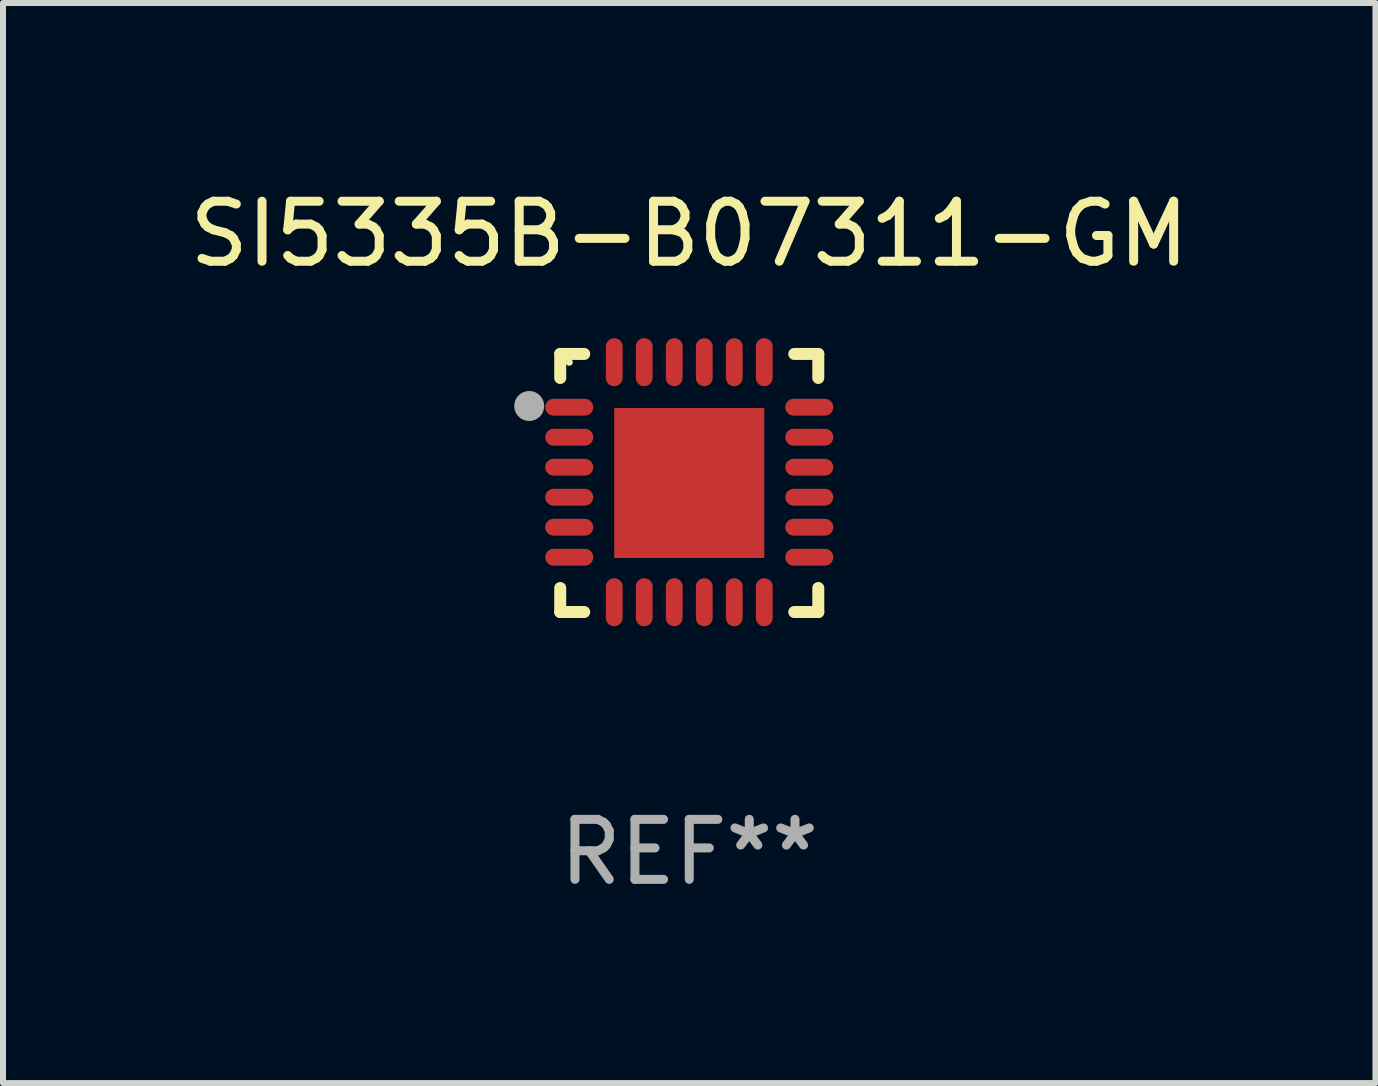
<source format=kicad_pcb>
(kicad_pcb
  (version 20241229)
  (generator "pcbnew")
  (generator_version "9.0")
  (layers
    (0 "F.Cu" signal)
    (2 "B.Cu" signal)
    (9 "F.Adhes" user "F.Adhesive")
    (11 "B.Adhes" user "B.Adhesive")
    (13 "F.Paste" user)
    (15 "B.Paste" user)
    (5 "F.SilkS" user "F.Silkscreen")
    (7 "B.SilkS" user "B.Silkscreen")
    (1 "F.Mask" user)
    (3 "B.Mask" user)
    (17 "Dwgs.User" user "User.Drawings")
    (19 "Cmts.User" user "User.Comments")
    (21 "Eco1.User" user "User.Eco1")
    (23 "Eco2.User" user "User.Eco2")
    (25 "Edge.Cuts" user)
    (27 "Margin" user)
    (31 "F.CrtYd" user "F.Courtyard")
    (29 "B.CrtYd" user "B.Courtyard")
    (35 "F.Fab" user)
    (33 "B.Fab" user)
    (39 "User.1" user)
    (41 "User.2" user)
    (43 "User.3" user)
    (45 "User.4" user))
  (footprint "SI5335B-B07311-GM"
    (layer "F.Cu")
    (at 8.435 4.998)
    (property "Reference" "SI5335B-B07311-GM" (at 0 -4.15 0) (layer "F.SilkS") (effects (font (size 1 1) (thickness 0.15))))
    (attr through_hole)
    (fp_line (start -2.15 -2.15) (end -1.75 -2.15) (stroke (width 0.2) (type solid)) (layer "F.SilkS"))
    (fp_line (start -2.15 -1.75) (end -2.15 -2.15) (stroke (width 0.2) (type solid)) (layer "F.SilkS"))
    (fp_line (start -2.15 2.15) (end -2.15 1.75) (stroke (width 0.2) (type solid)) (layer "F.SilkS"))
    (fp_line (start -1.75 2.15) (end -2.15 2.15) (stroke (width 0.2) (type solid)) (layer "F.SilkS"))
    (fp_line (start 1.75 -2.15) (end 2.15 -2.15) (stroke (width 0.2) (type solid)) (layer "F.SilkS"))
    (fp_line (start 1.75 2.15) (end 2.15 2.15) (stroke (width 0.2) (type solid)) (layer "F.SilkS"))
    (fp_line (start 2.15 -2.15) (end 2.15 -1.75) (stroke (width 0.2) (type solid)) (layer "F.SilkS"))
    (fp_line (start 2.15 2.15) (end 2.15 1.75) (stroke (width 0.2) (type solid)) (layer "F.SilkS"))
    (fp_circle (center -2 -2.013) (end -1.97 -2.013) (stroke (width 0.06) (type solid)) (fill no) (layer "F.SilkS"))
    (fp_circle (center -2.667 -1.283) (end -2.542 -1.283) (stroke (width 0.25) (type solid)) (fill no) (layer "F.Fab"))
    (fp_text user "REF**" (at 0 6.15 0) (layer "F.Fab") (effects (font (size 1 1) (thickness 0.15))))
    (pad "1" smd oval (at -2 -1.263) (size 0.8 0.28) (layers "F.Cu" "F.Mask" "F.Paste"))
    (pad "2" smd oval (at -2 -0.763) (size 0.8 0.28) (layers "F.Cu" "F.Mask" "F.Paste"))
    (pad "3" smd oval (at -2 -0.263) (size 0.8 0.28) (layers "F.Cu" "F.Mask" "F.Paste"))
    (pad "4" smd oval (at -2 0.237) (size 0.8 0.28) (layers "F.Cu" "F.Mask" "F.Paste"))
    (pad "5" smd oval (at -2 0.737) (size 0.8 0.28) (layers "F.Cu" "F.Mask" "F.Paste"))
    (pad "6" smd oval (at -2 1.237) (size 0.8 0.28) (layers "F.Cu" "F.Mask" "F.Paste"))
    (pad "7" smd oval (at -1.25 1.987) (size 0.28 0.8) (layers "F.Cu" "F.Mask" "F.Paste"))
    (pad "8" smd oval (at -0.75 1.987) (size 0.28 0.8) (layers "F.Cu" "F.Mask" "F.Paste"))
    (pad "9" smd oval (at -0.25 1.987) (size 0.28 0.8) (layers "F.Cu" "F.Mask" "F.Paste"))
    (pad "10" smd oval (at 0.25 1.987) (size 0.28 0.8) (layers "F.Cu" "F.Mask" "F.Paste"))
    (pad "11" smd oval (at 0.75 1.987) (size 0.28 0.8) (layers "F.Cu" "F.Mask" "F.Paste"))
    (pad "12" smd oval (at 1.25 1.987) (size 0.28 0.8) (layers "F.Cu" "F.Mask" "F.Paste"))
    (pad "13" smd oval (at 2 1.237) (size 0.8 0.28) (layers "F.Cu" "F.Mask" "F.Paste"))
    (pad "14" smd oval (at 2 0.737) (size 0.8 0.28) (layers "F.Cu" "F.Mask" "F.Paste"))
    (pad "15" smd oval (at 2 0.237) (size 0.8 0.28) (layers "F.Cu" "F.Mask" "F.Paste"))
    (pad "16" smd oval (at 2 -0.263) (size 0.8 0.28) (layers "F.Cu" "F.Mask" "F.Paste"))
    (pad "17" smd oval (at 2 -0.763) (size 0.8 0.28) (layers "F.Cu" "F.Mask" "F.Paste"))
    (pad "18" smd oval (at 2 -1.263) (size 0.8 0.28) (layers "F.Cu" "F.Mask" "F.Paste"))
    (pad "19" smd oval (at 1.25 -2.013) (size 0.28 0.8) (layers "F.Cu" "F.Mask" "F.Paste"))
    (pad "20" smd oval (at 0.75 -2.013) (size 0.28 0.8) (layers "F.Cu" "F.Mask" "F.Paste"))
    (pad "21" smd oval (at 0.25 -2.013) (size 0.28 0.8) (layers "F.Cu" "F.Mask" "F.Paste"))
    (pad "22" smd oval (at -0.25 -2.013) (size 0.28 0.8) (layers "F.Cu" "F.Mask" "F.Paste"))
    (pad "23" smd oval (at -0.75 -2.013) (size 0.28 0.8) (layers "F.Cu" "F.Mask" "F.Paste"))
    (pad "24" smd oval (at -1.25 -2.013) (size 0.28 0.8) (layers "F.Cu" "F.Mask" "F.Paste"))
    (pad "25" smd rect (at -0.000127 -0.00014) (size 2.5 2.5) (layers "F.Cu" "F.Mask" "F.Paste")))
  (gr_rect
    (start -3 -3)
    (end 19.869 14.997)
    (stroke (width 0.1) (type default))
    (fill no)
    (layer "Edge.Cuts")))
</source>
